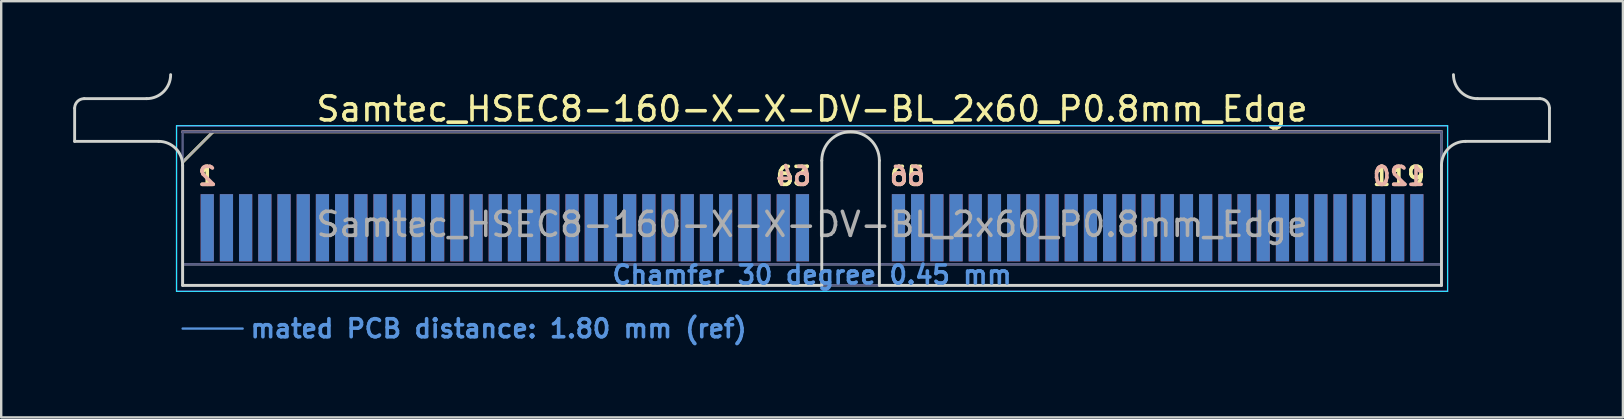
<source format=kicad_pcb>
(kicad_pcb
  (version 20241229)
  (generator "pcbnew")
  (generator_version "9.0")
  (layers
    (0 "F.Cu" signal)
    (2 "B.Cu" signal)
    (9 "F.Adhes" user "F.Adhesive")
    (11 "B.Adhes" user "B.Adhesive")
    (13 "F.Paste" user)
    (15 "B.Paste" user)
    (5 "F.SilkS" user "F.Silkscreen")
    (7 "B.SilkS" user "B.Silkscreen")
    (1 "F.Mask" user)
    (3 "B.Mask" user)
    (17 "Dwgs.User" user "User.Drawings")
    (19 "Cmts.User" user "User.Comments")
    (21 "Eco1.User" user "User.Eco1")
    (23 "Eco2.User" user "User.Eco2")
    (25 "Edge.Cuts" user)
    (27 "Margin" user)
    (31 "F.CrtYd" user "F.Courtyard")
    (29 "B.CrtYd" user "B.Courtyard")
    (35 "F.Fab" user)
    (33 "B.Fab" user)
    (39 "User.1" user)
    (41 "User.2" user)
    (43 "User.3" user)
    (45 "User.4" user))
  (footprint "Samtec_HSEC8-160-X-X-DV-BL_2x60_P0.8mm_Edge"
    (layer "F.Cu")
    (at 30.785 8.84)
    (property "Reference" "Samtec_HSEC8-160-X-X-DV-BL_2x60_P0.8mm_Edge" (at 0 -7.35 0) (layer "F.SilkS") (effects (font (size 1 1) (thickness 0.15))))
    (attr exclude_from_pos_files exclude_from_bom)
    (fp_line (start -26.225 -5.13) (end -24.955 -6.4) (stroke (width 0.12) (type solid)) (layer "F.SilkS"))
    (fp_line (start -24.955 -6.4) (end 26.225 -6.4) (stroke (width 0.12) (type solid)) (layer "F.SilkS"))
    (fp_line (start -26.225 -6.4) (end -26.225 -6.4) (stroke (width 0.12) (type solid)) (layer "B.SilkS"))
    (fp_line (start -26.225 -6.4) (end 26.225 -6.4) (stroke (width 0.12) (type solid)) (layer "B.SilkS"))
    (fp_line (start -26.225 1.8) (end -23.725 1.8) (stroke (width 0.1) (type solid)) (layer "Cmts.User"))
    (fp_line (start -30.725 -6) (end -30.725 -7.38) (stroke (width 0.12) (type solid)) (layer "Edge.Cuts"))
    (fp_line (start -30.325 -7.78) (end -27.725 -7.78) (stroke (width 0.12) (type solid)) (layer "Edge.Cuts"))
    (fp_line (start -27.225 -6) (end -30.725 -6) (stroke (width 0.12) (type solid)) (layer "Edge.Cuts"))
    (fp_line (start -26.225 -5) (end -26.225 0) (stroke (width 0.12) (type solid)) (layer "Edge.Cuts"))
    (fp_line (start -26.225 0) (end 0.405 0) (stroke (width 0.12) (type solid)) (layer "Edge.Cuts"))
    (fp_line (start 0.405 0) (end 0.405 -5.2) (stroke (width 0.12) (type solid)) (layer "Edge.Cuts"))
    (fp_line (start 2.805 -5.2) (end 2.805 0) (stroke (width 0.12) (type solid)) (layer "Edge.Cuts"))
    (fp_line (start 2.805 0) (end 26.225 0) (stroke (width 0.12) (type solid)) (layer "Edge.Cuts"))
    (fp_line (start 26.225 0) (end 26.225 -5) (stroke (width 0.12) (type solid)) (layer "Edge.Cuts"))
    (fp_line (start 27.225 -6) (end 30.725 -6) (stroke (width 0.12) (type solid)) (layer "Edge.Cuts"))
    (fp_line (start 30.325 -7.78) (end 27.725 -7.78) (stroke (width 0.12) (type solid)) (layer "Edge.Cuts"))
    (fp_line (start 30.725 -6) (end 30.725 -7.38) (stroke (width 0.12) (type solid)) (layer "Edge.Cuts"))
    (fp_arc (start -30.725 -7.38) (mid -30.607843 -7.662843) (end -30.325 -7.78) (stroke (width 0.12) (type solid)) (layer "Edge.Cuts"))
    (fp_arc (start -27.225 -6) (mid -26.517893 -5.707107) (end -26.225 -5) (stroke (width 0.12) (type solid)) (layer "Edge.Cuts"))
    (fp_arc (start -26.725 -8.78) (mid -27.017893 -8.072893) (end -27.725 -7.78) (stroke (width 0.12) (type solid)) (layer "Edge.Cuts"))
    (fp_arc (start 0.405 -5.2) (mid 1.605 -6.4) (end 2.805 -5.2) (stroke (width 0.12) (type solid)) (layer "Edge.Cuts"))
    (fp_arc (start 26.225 -5) (mid 26.517893 -5.707107) (end 27.225 -6) (stroke (width 0.12) (type solid)) (layer "Edge.Cuts"))
    (fp_arc (start 27.725 -7.78) (mid 27.017893 -8.072893) (end 26.725 -8.78) (stroke (width 0.12) (type solid)) (layer "Edge.Cuts"))
    (fp_arc (start 30.325 -7.78) (mid 30.607843 -7.662843) (end 30.725 -7.38) (stroke (width 0.12) (type solid)) (layer "Edge.Cuts"))
    (fp_line (start -26.48 -6.65) (end -26.48 0.25) (stroke (width 0.05) (type solid)) (layer "B.CrtYd"))
    (fp_line (start -26.48 0.25) (end 26.48 0.25) (stroke (width 0.05) (type solid)) (layer "B.CrtYd"))
    (fp_line (start 26.48 -6.65) (end -26.48 -6.65) (stroke (width 0.05) (type solid)) (layer "B.CrtYd"))
    (fp_line (start 26.48 0.25) (end 26.48 -6.65) (stroke (width 0.05) (type solid)) (layer "B.CrtYd"))
    (fp_line (start -26.48 -6.65) (end -26.48 0.25) (stroke (width 0.05) (type solid)) (layer "F.CrtYd"))
    (fp_line (start -26.48 0.25) (end 26.48 0.25) (stroke (width 0.05) (type solid)) (layer "F.CrtYd"))
    (fp_line (start 26.48 -6.65) (end -26.48 -6.65) (stroke (width 0.05) (type solid)) (layer "F.CrtYd"))
    (fp_line (start 26.48 0.25) (end 26.48 -6.65) (stroke (width 0.05) (type solid)) (layer "F.CrtYd"))
    (fp_line (start -26.225 -6.4) (end -26.225 -6.4) (stroke (width 0.1) (type solid)) (layer "B.Fab"))
    (fp_line (start -26.225 -6.4) (end -26.225 0) (stroke (width 0.1) (type solid)) (layer "B.Fab"))
    (fp_line (start -26.225 -6.4) (end 26.225 -6.4) (stroke (width 0.1) (type solid)) (layer "B.Fab"))
    (fp_line (start -26.225 -0.88) (end 26.225 -0.88) (stroke (width 0.1) (type solid)) (layer "B.Fab"))
    (fp_line (start -26.225 0) (end 26.225 0) (stroke (width 0.1) (type solid)) (layer "B.Fab"))
    (fp_line (start 26.225 -6.4) (end 26.225 0) (stroke (width 0.1) (type solid)) (layer "B.Fab"))
    (fp_line (start -26.225 -5.13) (end -26.225 0) (stroke (width 0.1) (type solid)) (layer "F.Fab"))
    (fp_line (start -26.225 -5.13) (end -24.955 -6.4) (stroke (width 0.1) (type solid)) (layer "F.Fab"))
    (fp_line (start -26.225 -0.88) (end 26.225 -0.88) (stroke (width 0.1) (type solid)) (layer "F.Fab"))
    (fp_line (start -26.225 0) (end 26.225 0) (stroke (width 0.1) (type solid)) (layer "F.Fab"))
    (fp_line (start -24.955 -6.4) (end 26.225 -6.4) (stroke (width 0.1) (type solid)) (layer "F.Fab"))
    (fp_line (start 26.225 -6.4) (end 26.225 0) (stroke (width 0.1) (type solid)) (layer "F.Fab"))
    (fp_text user "65" (at 3.975 -4.55 0) (layer "F.SilkS") (effects (font (size 0.75 0.75) (thickness 0.15))))
    (fp_text user "119" (at 24.45 -4.55 0) (layer "F.SilkS") (effects (font (size 0.75 0.75) (thickness 0.15))))
    (fp_text user "63" (at -0.775 -4.55 0) (layer "F.SilkS") (effects (font (size 0.75 0.75) (thickness 0.15))))
    (fp_text user "1" (at -25.2 -4.55 0) (layer "F.SilkS") (effects (font (size 0.75 0.75) (thickness 0.15))))
    (fp_text user "66" (at 3.975 -4.55 0) (layer "B.SilkS") (effects (font (size 0.75 0.75) (thickness 0.15)) (justify mirror)))
    (fp_text user "64" (at -0.775 -4.55 0) (layer "B.SilkS") (effects (font (size 0.75 0.75) (thickness 0.15)) (justify mirror)))
    (fp_text user "2" (at -25.2 -4.55 0) (layer "B.SilkS") (effects (font (size 0.75 0.75) (thickness 0.15)) (justify mirror)))
    (fp_text user "120" (at 24.45 -4.55 0) (layer "B.SilkS") (effects (font (size 0.75 0.75) (thickness 0.15)) (justify mirror)))
    (fp_text user "Chamfer 30 degree 0.45 mm" (at 0 -0.44 0) (layer "Cmts.User") (effects (font (size 0.75 0.75) (thickness 0.15))))
    (fp_text user "mated PCB distance: 1.80 mm (ref)" (at -23.48 1.8 0) (layer "Cmts.User") (effects (font (size 0.75 0.75) (thickness 0.15)) (justify left)))
    (fp_text user "${REFERENCE}" (at 0 -2.54 0) (layer "F.Fab") (effects (font (size 1 1) (thickness 0.15))))
    (pad "1" connect rect (at -25.2 -2.4) (size 0.55 2.8) (layers "F.Cu" "F.Mask"))
    (pad "2" connect rect (at -25.2 -2.4) (size 0.55 2.8) (layers "B.Cu" "B.Mask"))
    (pad "3" connect rect (at -24.4 -2.4) (size 0.55 2.8) (layers "F.Cu" "F.Mask"))
    (pad "4" connect rect (at -24.4 -2.4) (size 0.55 2.8) (layers "B.Cu" "B.Mask"))
    (pad "5" connect rect (at -23.6 -2.4) (size 0.55 2.8) (layers "F.Cu" "F.Mask"))
    (pad "6" connect rect (at -23.6 -2.4) (size 0.55 2.8) (layers "B.Cu" "B.Mask"))
    (pad "7" connect rect (at -22.8 -2.4) (size 0.55 2.8) (layers "F.Cu" "F.Mask"))
    (pad "8" connect rect (at -22.8 -2.4) (size 0.55 2.8) (layers "B.Cu" "B.Mask"))
    (pad "9" connect rect (at -22 -2.4) (size 0.55 2.8) (layers "F.Cu" "F.Mask"))
    (pad "10" connect rect (at -22 -2.4) (size 0.55 2.8) (layers "B.Cu" "B.Mask"))
    (pad "11" connect rect (at -21.2 -2.4) (size 0.55 2.8) (layers "F.Cu" "F.Mask"))
    (pad "12" connect rect (at -21.2 -2.4) (size 0.55 2.8) (layers "B.Cu" "B.Mask"))
    (pad "13" connect rect (at -20.4 -2.4) (size 0.55 2.8) (layers "F.Cu" "F.Mask"))
    (pad "14" connect rect (at -20.4 -2.4) (size 0.55 2.8) (layers "B.Cu" "B.Mask"))
    (pad "15" connect rect (at -19.6 -2.4) (size 0.55 2.8) (layers "F.Cu" "F.Mask"))
    (pad "16" connect rect (at -19.6 -2.4) (size 0.55 2.8) (layers "B.Cu" "B.Mask"))
    (pad "17" connect rect (at -18.8 -2.4) (size 0.55 2.8) (layers "F.Cu" "F.Mask"))
    (pad "18" connect rect (at -18.8 -2.4) (size 0.55 2.8) (layers "B.Cu" "B.Mask"))
    (pad "19" connect rect (at -18 -2.4) (size 0.55 2.8) (layers "F.Cu" "F.Mask"))
    (pad "20" connect rect (at -18 -2.4) (size 0.55 2.8) (layers "B.Cu" "B.Mask"))
    (pad "21" connect rect (at -17.2 -2.4) (size 0.55 2.8) (layers "F.Cu" "F.Mask"))
    (pad "22" connect rect (at -17.2 -2.4) (size 0.55 2.8) (layers "B.Cu" "B.Mask"))
    (pad "23" connect rect (at -16.4 -2.4) (size 0.55 2.8) (layers "F.Cu" "F.Mask"))
    (pad "24" connect rect (at -16.4 -2.4) (size 0.55 2.8) (layers "B.Cu" "B.Mask"))
    (pad "25" connect rect (at -15.6 -2.4) (size 0.55 2.8) (layers "F.Cu" "F.Mask"))
    (pad "26" connect rect (at -15.6 -2.4) (size 0.55 2.8) (layers "B.Cu" "B.Mask"))
    (pad "27" connect rect (at -14.8 -2.4) (size 0.55 2.8) (layers "F.Cu" "F.Mask"))
    (pad "28" connect rect (at -14.8 -2.4) (size 0.55 2.8) (layers "B.Cu" "B.Mask"))
    (pad "29" connect rect (at -14 -2.4) (size 0.55 2.8) (layers "F.Cu" "F.Mask"))
    (pad "30" connect rect (at -14 -2.4) (size 0.55 2.8) (layers "B.Cu" "B.Mask"))
    (pad "31" connect rect (at -13.2 -2.4) (size 0.55 2.8) (layers "F.Cu" "F.Mask"))
    (pad "32" connect rect (at -13.2 -2.4) (size 0.55 2.8) (layers "B.Cu" "B.Mask"))
    (pad "33" connect rect (at -12.4 -2.4) (size 0.55 2.8) (layers "F.Cu" "F.Mask"))
    (pad "34" connect rect (at -12.4 -2.4) (size 0.55 2.8) (layers "B.Cu" "B.Mask"))
    (pad "35" connect rect (at -11.6 -2.4) (size 0.55 2.8) (layers "F.Cu" "F.Mask"))
    (pad "36" connect rect (at -11.6 -2.4) (size 0.55 2.8) (layers "B.Cu" "B.Mask"))
    (pad "37" connect rect (at -10.8 -2.4) (size 0.55 2.8) (layers "F.Cu" "F.Mask"))
    (pad "38" connect rect (at -10.8 -2.4) (size 0.55 2.8) (layers "B.Cu" "B.Mask"))
    (pad "39" connect rect (at -10 -2.4) (size 0.55 2.8) (layers "F.Cu" "F.Mask"))
    (pad "40" connect rect (at -10 -2.4) (size 0.55 2.8) (layers "B.Cu" "B.Mask"))
    (pad "41" connect rect (at -9.2 -2.4) (size 0.55 2.8) (layers "F.Cu" "F.Mask"))
    (pad "42" connect rect (at -9.2 -2.4) (size 0.55 2.8) (layers "B.Cu" "B.Mask"))
    (pad "43" connect rect (at -8.4 -2.4) (size 0.55 2.8) (layers "F.Cu" "F.Mask"))
    (pad "44" connect rect (at -8.4 -2.4) (size 0.55 2.8) (layers "B.Cu" "B.Mask"))
    (pad "45" connect rect (at -7.6 -2.4) (size 0.55 2.8) (layers "F.Cu" "F.Mask"))
    (pad "46" connect rect (at -7.6 -2.4) (size 0.55 2.8) (layers "B.Cu" "B.Mask"))
    (pad "47" connect rect (at -6.8 -2.4) (size 0.55 2.8) (layers "F.Cu" "F.Mask"))
    (pad "48" connect rect (at -6.8 -2.4) (size 0.55 2.8) (layers "B.Cu" "B.Mask"))
    (pad "49" connect rect (at -6 -2.4) (size 0.55 2.8) (layers "F.Cu" "F.Mask"))
    (pad "50" connect rect (at -6 -2.4) (size 0.55 2.8) (layers "B.Cu" "B.Mask"))
    (pad "51" connect rect (at -5.2 -2.4) (size 0.55 2.8) (layers "F.Cu" "F.Mask"))
    (pad "52" connect rect (at -5.2 -2.4) (size 0.55 2.8) (layers "B.Cu" "B.Mask"))
    (pad "53" connect rect (at -4.4 -2.4) (size 0.55 2.8) (layers "F.Cu" "F.Mask"))
    (pad "54" connect rect (at -4.4 -2.4) (size 0.55 2.8) (layers "B.Cu" "B.Mask"))
    (pad "55" connect rect (at -3.6 -2.4) (size 0.55 2.8) (layers "F.Cu" "F.Mask"))
    (pad "56" connect rect (at -3.6 -2.4) (size 0.55 2.8) (layers "B.Cu" "B.Mask"))
    (pad "57" connect rect (at -2.8 -2.4) (size 0.55 2.8) (layers "F.Cu" "F.Mask"))
    (pad "58" connect rect (at -2.8 -2.4) (size 0.55 2.8) (layers "B.Cu" "B.Mask"))
    (pad "59" connect rect (at -2 -2.4) (size 0.55 2.8) (layers "F.Cu" "F.Mask"))
    (pad "60" connect rect (at -2 -2.4) (size 0.55 2.8) (layers "B.Cu" "B.Mask"))
    (pad "61" connect rect (at -1.2 -2.4) (size 0.55 2.8) (layers "F.Cu" "F.Mask"))
    (pad "62" connect rect (at -1.2 -2.4) (size 0.55 2.8) (layers "B.Cu" "B.Mask"))
    (pad "63" connect rect (at -0.4 -2.4) (size 0.55 2.8) (layers "F.Cu" "F.Mask"))
    (pad "64" connect rect (at -0.4 -2.4) (size 0.55 2.8) (layers "B.Cu" "B.Mask"))
    (pad "65" connect rect (at 3.6 -2.4) (size 0.55 2.8) (layers "F.Cu" "F.Mask"))
    (pad "66" connect rect (at 3.6 -2.4) (size 0.55 2.8) (layers "B.Cu" "B.Mask"))
    (pad "67" connect rect (at 4.4 -2.4) (size 0.55 2.8) (layers "F.Cu" "F.Mask"))
    (pad "68" connect rect (at 4.4 -2.4) (size 0.55 2.8) (layers "B.Cu" "B.Mask"))
    (pad "69" connect rect (at 5.2 -2.4) (size 0.55 2.8) (layers "F.Cu" "F.Mask"))
    (pad "70" connect rect (at 5.2 -2.4) (size 0.55 2.8) (layers "B.Cu" "B.Mask"))
    (pad "71" connect rect (at 6 -2.4) (size 0.55 2.8) (layers "F.Cu" "F.Mask"))
    (pad "72" connect rect (at 6 -2.4) (size 0.55 2.8) (layers "B.Cu" "B.Mask"))
    (pad "73" connect rect (at 6.8 -2.4) (size 0.55 2.8) (layers "F.Cu" "F.Mask"))
    (pad "74" connect rect (at 6.8 -2.4) (size 0.55 2.8) (layers "B.Cu" "B.Mask"))
    (pad "75" connect rect (at 7.6 -2.4) (size 0.55 2.8) (layers "F.Cu" "F.Mask"))
    (pad "76" connect rect (at 7.6 -2.4) (size 0.55 2.8) (layers "B.Cu" "B.Mask"))
    (pad "77" connect rect (at 8.4 -2.4) (size 0.55 2.8) (layers "F.Cu" "F.Mask"))
    (pad "78" connect rect (at 8.4 -2.4) (size 0.55 2.8) (layers "B.Cu" "B.Mask"))
    (pad "79" connect rect (at 9.2 -2.4) (size 0.55 2.8) (layers "F.Cu" "F.Mask"))
    (pad "80" connect rect (at 9.2 -2.4) (size 0.55 2.8) (layers "B.Cu" "B.Mask"))
    (pad "81" connect rect (at 10 -2.4) (size 0.55 2.8) (layers "F.Cu" "F.Mask"))
    (pad "82" connect rect (at 10 -2.4) (size 0.55 2.8) (layers "B.Cu" "B.Mask"))
    (pad "83" connect rect (at 10.8 -2.4) (size 0.55 2.8) (layers "F.Cu" "F.Mask"))
    (pad "84" connect rect (at 10.8 -2.4) (size 0.55 2.8) (layers "B.Cu" "B.Mask"))
    (pad "85" connect rect (at 11.6 -2.4) (size 0.55 2.8) (layers "F.Cu" "F.Mask"))
    (pad "86" connect rect (at 11.6 -2.4) (size 0.55 2.8) (layers "B.Cu" "B.Mask"))
    (pad "87" connect rect (at 12.4 -2.4) (size 0.55 2.8) (layers "F.Cu" "F.Mask"))
    (pad "88" connect rect (at 12.4 -2.4) (size 0.55 2.8) (layers "B.Cu" "B.Mask"))
    (pad "89" connect rect (at 13.2 -2.4) (size 0.55 2.8) (layers "F.Cu" "F.Mask"))
    (pad "90" connect rect (at 13.2 -2.4) (size 0.55 2.8) (layers "B.Cu" "B.Mask"))
    (pad "91" connect rect (at 14 -2.4) (size 0.55 2.8) (layers "F.Cu" "F.Mask"))
    (pad "92" connect rect (at 14 -2.4) (size 0.55 2.8) (layers "B.Cu" "B.Mask"))
    (pad "93" connect rect (at 14.8 -2.4) (size 0.55 2.8) (layers "F.Cu" "F.Mask"))
    (pad "94" connect rect (at 14.8 -2.4) (size 0.55 2.8) (layers "B.Cu" "B.Mask"))
    (pad "95" connect rect (at 15.6 -2.4) (size 0.55 2.8) (layers "F.Cu" "F.Mask"))
    (pad "96" connect rect (at 15.6 -2.4) (size 0.55 2.8) (layers "B.Cu" "B.Mask"))
    (pad "97" connect rect (at 16.4 -2.4) (size 0.55 2.8) (layers "F.Cu" "F.Mask"))
    (pad "98" connect rect (at 16.4 -2.4) (size 0.55 2.8) (layers "B.Cu" "B.Mask"))
    (pad "99" connect rect (at 17.2 -2.4) (size 0.55 2.8) (layers "F.Cu" "F.Mask"))
    (pad "100" connect rect (at 17.2 -2.4) (size 0.55 2.8) (layers "B.Cu" "B.Mask"))
    (pad "101" connect rect (at 18 -2.4) (size 0.55 2.8) (layers "F.Cu" "F.Mask"))
    (pad "102" connect rect (at 18 -2.4) (size 0.55 2.8) (layers "B.Cu" "B.Mask"))
    (pad "103" connect rect (at 18.8 -2.4) (size 0.55 2.8) (layers "F.Cu" "F.Mask"))
    (pad "104" connect rect (at 18.8 -2.4) (size 0.55 2.8) (layers "B.Cu" "B.Mask"))
    (pad "105" connect rect (at 19.6 -2.4) (size 0.55 2.8) (layers "F.Cu" "F.Mask"))
    (pad "106" connect rect (at 19.6 -2.4) (size 0.55 2.8) (layers "B.Cu" "B.Mask"))
    (pad "107" connect rect (at 20.4 -2.4) (size 0.55 2.8) (layers "F.Cu" "F.Mask"))
    (pad "108" connect rect (at 20.4 -2.4) (size 0.55 2.8) (layers "B.Cu" "B.Mask"))
    (pad "109" connect rect (at 21.2 -2.4) (size 0.55 2.8) (layers "F.Cu" "F.Mask"))
    (pad "110" connect rect (at 21.2 -2.4) (size 0.55 2.8) (layers "B.Cu" "B.Mask"))
    (pad "111" connect rect (at 22 -2.4) (size 0.55 2.8) (layers "F.Cu" "F.Mask"))
    (pad "112" connect rect (at 22 -2.4) (size 0.55 2.8) (layers "B.Cu" "B.Mask"))
    (pad "113" connect rect (at 22.8 -2.4) (size 0.55 2.8) (layers "F.Cu" "F.Mask"))
    (pad "114" connect rect (at 22.8 -2.4) (size 0.55 2.8) (layers "B.Cu" "B.Mask"))
    (pad "115" connect rect (at 23.6 -2.4) (size 0.55 2.8) (layers "F.Cu" "F.Mask"))
    (pad "116" connect rect (at 23.6 -2.4) (size 0.55 2.8) (layers "B.Cu" "B.Mask"))
    (pad "117" connect rect (at 24.4 -2.4) (size 0.55 2.8) (layers "F.Cu" "F.Mask"))
    (pad "118" connect rect (at 24.4 -2.4) (size 0.55 2.8) (layers "B.Cu" "B.Mask"))
    (pad "119" connect rect (at 25.2 -2.4) (size 0.55 2.8) (layers "F.Cu" "F.Mask"))
    (pad "120" connect rect (at 25.2 -2.4) (size 0.55 2.8) (layers "B.Cu" "B.Mask")))
  (gr_rect
    (start -3 -3)
    (end 64.57 14.342)
    (stroke (width 0.1) (type default))
    (fill no)
    (layer "Edge.Cuts")))
</source>
